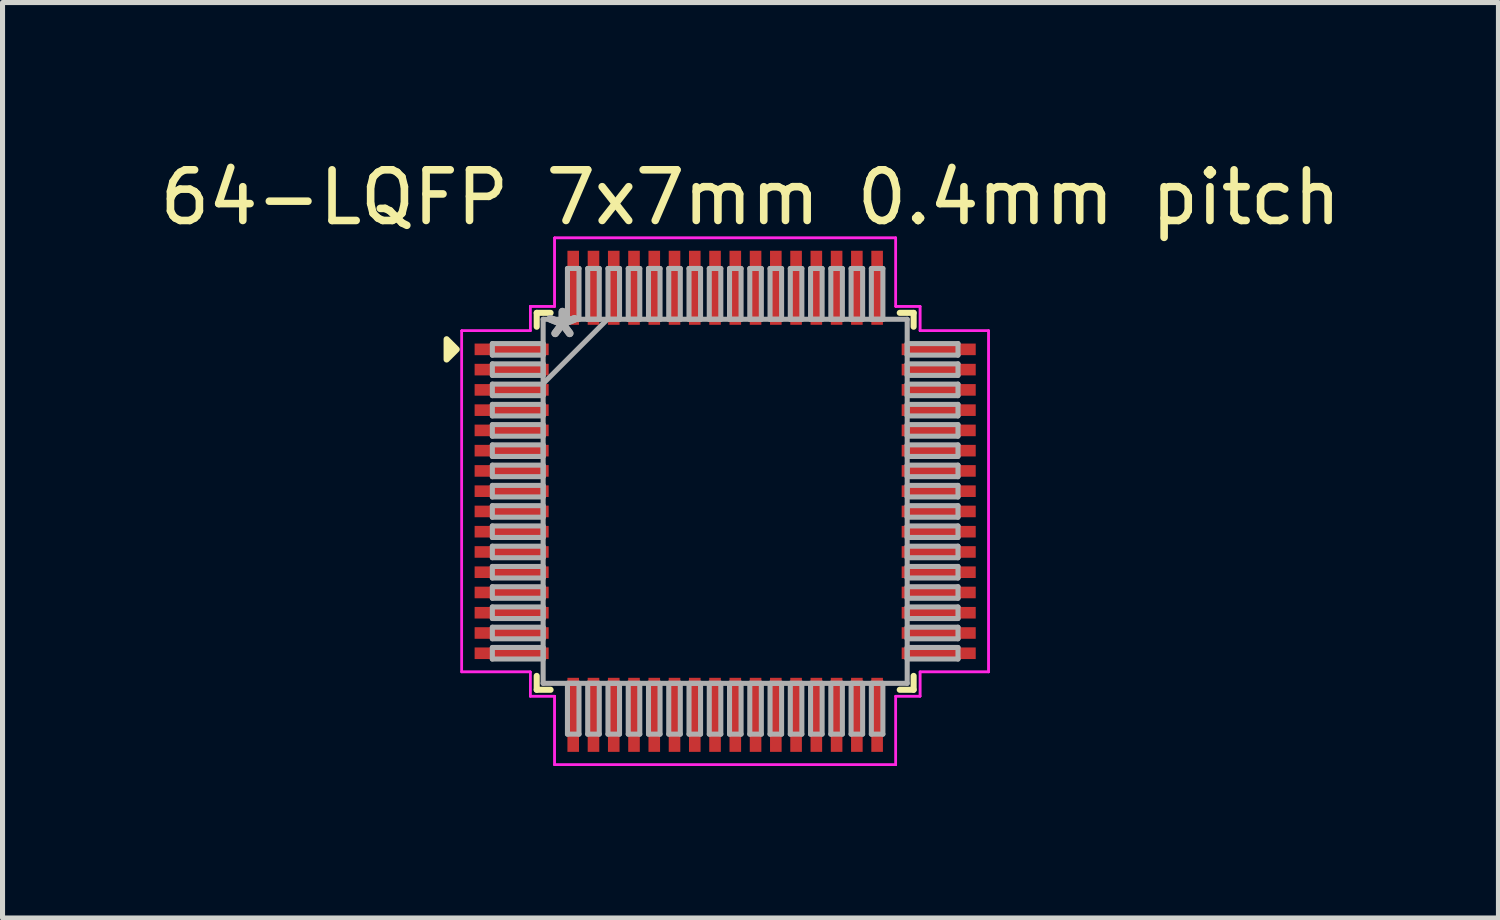
<source format=kicad_pcb>
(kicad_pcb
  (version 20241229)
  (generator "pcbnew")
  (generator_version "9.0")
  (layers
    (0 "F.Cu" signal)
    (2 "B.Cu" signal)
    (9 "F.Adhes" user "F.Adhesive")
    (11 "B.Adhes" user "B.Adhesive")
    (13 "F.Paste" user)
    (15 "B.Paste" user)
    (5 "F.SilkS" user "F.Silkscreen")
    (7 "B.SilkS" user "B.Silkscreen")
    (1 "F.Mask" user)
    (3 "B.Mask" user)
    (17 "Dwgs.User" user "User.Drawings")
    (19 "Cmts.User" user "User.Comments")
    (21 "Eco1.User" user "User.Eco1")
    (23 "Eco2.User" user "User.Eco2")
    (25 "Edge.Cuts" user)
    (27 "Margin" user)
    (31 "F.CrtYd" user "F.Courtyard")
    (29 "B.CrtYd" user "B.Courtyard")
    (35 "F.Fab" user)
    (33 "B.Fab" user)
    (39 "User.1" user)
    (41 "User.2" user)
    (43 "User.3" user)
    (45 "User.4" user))
  (footprint "64-LQFP 7x7mm 0.4mm pitch"
    (layer "F.Cu")
    (at 11.268 6.848)
    (property "Reference" "64-LQFP 7x7mm 0.4mm pitch" (at 0.5 -6 0) (layer "F.SilkS") (effects (font (size 1 1) (thickness 0.15))))
    (attr through_hole)
    (fp_line (start -3.721 -3.721) (end -3.721 -3.447) (stroke (width 0.12) (type solid)) (layer "F.SilkS"))
    (fp_line (start -3.721 3.447) (end -3.721 3.721) (stroke (width 0.12) (type solid)) (layer "F.SilkS"))
    (fp_line (start -3.721 3.721) (end -3.447 3.721) (stroke (width 0.12) (type solid)) (layer "F.SilkS"))
    (fp_line (start -3.447 -3.721) (end -3.721 -3.721) (stroke (width 0.12) (type solid)) (layer "F.SilkS"))
    (fp_line (start 3.447 3.721) (end 3.721 3.721) (stroke (width 0.12) (type solid)) (layer "F.SilkS"))
    (fp_line (start 3.721 -3.721) (end 3.447 -3.721) (stroke (width 0.12) (type solid)) (layer "F.SilkS"))
    (fp_line (start 3.721 -3.447) (end 3.721 -3.721) (stroke (width 0.12) (type solid)) (layer "F.SilkS"))
    (fp_line (start 3.721 3.721) (end 3.721 3.447) (stroke (width 0.12) (type solid)) (layer "F.SilkS"))
    (fp_poly (pts (xy -5.3 -3) (xy -5.5 -2.8) (xy -5.5 -3.2)) (stroke (width 0.12) (type solid)) (fill yes) (layer "F.SilkS"))
    (fp_line (start -5.201 -3.368) (end -3.848 -3.368) (stroke (width 0.05) (type solid)) (layer "F.CrtYd"))
    (fp_line (start -5.201 -3.368) (end -3.848 -3.368) (stroke (width 0.05) (type solid)) (layer "F.CrtYd"))
    (fp_line (start -5.201 3.368) (end -5.201 -3.368) (stroke (width 0.05) (type solid)) (layer "F.CrtYd"))
    (fp_line (start -5.201 3.368) (end -5.201 -3.368) (stroke (width 0.05) (type solid)) (layer "F.CrtYd"))
    (fp_line (start -3.848 -3.848) (end -3.368 -3.848) (stroke (width 0.05) (type solid)) (layer "F.CrtYd"))
    (fp_line (start -3.848 -3.848) (end -3.368 -3.848) (stroke (width 0.05) (type solid)) (layer "F.CrtYd"))
    (fp_line (start -3.848 -3.368) (end -3.848 -3.848) (stroke (width 0.05) (type solid)) (layer "F.CrtYd"))
    (fp_line (start -3.848 -3.368) (end -3.848 -3.848) (stroke (width 0.05) (type solid)) (layer "F.CrtYd"))
    (fp_line (start -3.848 3.368) (end -5.201 3.368) (stroke (width 0.05) (type solid)) (layer "F.CrtYd"))
    (fp_line (start -3.848 3.368) (end -5.201 3.368) (stroke (width 0.05) (type solid)) (layer "F.CrtYd"))
    (fp_line (start -3.848 3.848) (end -3.848 3.368) (stroke (width 0.05) (type solid)) (layer "F.CrtYd"))
    (fp_line (start -3.848 3.848) (end -3.848 3.368) (stroke (width 0.05) (type solid)) (layer "F.CrtYd"))
    (fp_line (start -3.848 3.848) (end -3.368 3.848) (stroke (width 0.05) (type solid)) (layer "F.CrtYd"))
    (fp_line (start -3.368 -5.201) (end 3.368 -5.201) (stroke (width 0.05) (type solid)) (layer "F.CrtYd"))
    (fp_line (start -3.368 -5.201) (end 3.368 -5.201) (stroke (width 0.05) (type solid)) (layer "F.CrtYd"))
    (fp_line (start -3.368 -3.848) (end -3.368 -5.201) (stroke (width 0.05) (type solid)) (layer "F.CrtYd"))
    (fp_line (start -3.368 -3.848) (end -3.368 -5.201) (stroke (width 0.05) (type solid)) (layer "F.CrtYd"))
    (fp_line (start -3.368 3.848) (end -3.848 3.848) (stroke (width 0.05) (type solid)) (layer "F.CrtYd"))
    (fp_line (start -3.368 3.848) (end -3.368 5.201) (stroke (width 0.05) (type solid)) (layer "F.CrtYd"))
    (fp_line (start -3.368 5.201) (end -3.368 3.848) (stroke (width 0.05) (type solid)) (layer "F.CrtYd"))
    (fp_line (start -3.368 5.201) (end 3.368 5.201) (stroke (width 0.05) (type solid)) (layer "F.CrtYd"))
    (fp_line (start 3.368 -5.201) (end 3.368 -3.848) (stroke (width 0.05) (type solid)) (layer "F.CrtYd"))
    (fp_line (start 3.368 -5.201) (end 3.368 -3.848) (stroke (width 0.05) (type solid)) (layer "F.CrtYd"))
    (fp_line (start 3.368 -3.848) (end 3.848 -3.848) (stroke (width 0.05) (type solid)) (layer "F.CrtYd"))
    (fp_line (start 3.368 -3.848) (end 3.848 -3.848) (stroke (width 0.05) (type solid)) (layer "F.CrtYd"))
    (fp_line (start 3.368 3.848) (end 3.368 5.201) (stroke (width 0.05) (type solid)) (layer "F.CrtYd"))
    (fp_line (start 3.368 3.848) (end 3.848 3.848) (stroke (width 0.05) (type solid)) (layer "F.CrtYd"))
    (fp_line (start 3.368 5.201) (end -3.368 5.201) (stroke (width 0.05) (type solid)) (layer "F.CrtYd"))
    (fp_line (start 3.368 5.201) (end 3.368 3.848) (stroke (width 0.05) (type solid)) (layer "F.CrtYd"))
    (fp_line (start 3.848 -3.848) (end 3.848 -3.368) (stroke (width 0.05) (type solid)) (layer "F.CrtYd"))
    (fp_line (start 3.848 -3.368) (end 3.848 -3.848) (stroke (width 0.05) (type solid)) (layer "F.CrtYd"))
    (fp_line (start 3.848 -3.368) (end 5.201 -3.368) (stroke (width 0.05) (type solid)) (layer "F.CrtYd"))
    (fp_line (start 3.848 3.368) (end 3.848 3.848) (stroke (width 0.05) (type solid)) (layer "F.CrtYd"))
    (fp_line (start 3.848 3.368) (end 5.201 3.368) (stroke (width 0.05) (type solid)) (layer "F.CrtYd"))
    (fp_line (start 3.848 3.848) (end 3.368 3.848) (stroke (width 0.05) (type solid)) (layer "F.CrtYd"))
    (fp_line (start 3.848 3.848) (end 3.848 3.368) (stroke (width 0.05) (type solid)) (layer "F.CrtYd"))
    (fp_line (start 5.201 -3.368) (end 3.848 -3.368) (stroke (width 0.05) (type solid)) (layer "F.CrtYd"))
    (fp_line (start 5.201 -3.368) (end 5.201 3.368) (stroke (width 0.05) (type solid)) (layer "F.CrtYd"))
    (fp_line (start 5.201 3.368) (end 3.848 3.368) (stroke (width 0.05) (type solid)) (layer "F.CrtYd"))
    (fp_line (start 5.201 3.368) (end 5.201 -3.368) (stroke (width 0.05) (type solid)) (layer "F.CrtYd"))
    (fp_line (start -4.597 -3.114) (end -4.597 -2.886) (stroke (width 0.1) (type solid)) (layer "F.Fab"))
    (fp_line (start -4.597 -2.886) (end -3.594 -2.886) (stroke (width 0.1) (type solid)) (layer "F.Fab"))
    (fp_line (start -4.597 -2.714) (end -4.597 -2.486) (stroke (width 0.1) (type solid)) (layer "F.Fab"))
    (fp_line (start -4.597 -2.486) (end -3.594 -2.486) (stroke (width 0.1) (type solid)) (layer "F.Fab"))
    (fp_line (start -4.597 -2.314) (end -4.597 -2.086) (stroke (width 0.1) (type solid)) (layer "F.Fab"))
    (fp_line (start -4.597 -2.086) (end -3.594 -2.086) (stroke (width 0.1) (type solid)) (layer "F.Fab"))
    (fp_line (start -4.597 -1.914) (end -4.597 -1.686) (stroke (width 0.1) (type solid)) (layer "F.Fab"))
    (fp_line (start -4.597 -1.686) (end -3.594 -1.686) (stroke (width 0.1) (type solid)) (layer "F.Fab"))
    (fp_line (start -4.597 -1.514) (end -4.597 -1.286) (stroke (width 0.1) (type solid)) (layer "F.Fab"))
    (fp_line (start -4.597 -1.286) (end -3.594 -1.286) (stroke (width 0.1) (type solid)) (layer "F.Fab"))
    (fp_line (start -4.597 -1.114) (end -4.597 -0.886) (stroke (width 0.1) (type solid)) (layer "F.Fab"))
    (fp_line (start -4.597 -0.886) (end -3.594 -0.886) (stroke (width 0.1) (type solid)) (layer "F.Fab"))
    (fp_line (start -4.597 -0.714) (end -4.597 -0.486) (stroke (width 0.1) (type solid)) (layer "F.Fab"))
    (fp_line (start -4.597 -0.486) (end -3.594 -0.486) (stroke (width 0.1) (type solid)) (layer "F.Fab"))
    (fp_line (start -4.597 -0.314) (end -4.597 -0.086) (stroke (width 0.1) (type solid)) (layer "F.Fab"))
    (fp_line (start -4.597 -0.086) (end -3.594 -0.086) (stroke (width 0.1) (type solid)) (layer "F.Fab"))
    (fp_line (start -4.597 0.086) (end -4.597 0.314) (stroke (width 0.1) (type solid)) (layer "F.Fab"))
    (fp_line (start -4.597 0.314) (end -3.594 0.314) (stroke (width 0.1) (type solid)) (layer "F.Fab"))
    (fp_line (start -4.597 0.486) (end -4.597 0.714) (stroke (width 0.1) (type solid)) (layer "F.Fab"))
    (fp_line (start -4.597 0.714) (end -3.594 0.714) (stroke (width 0.1) (type solid)) (layer "F.Fab"))
    (fp_line (start -4.597 0.886) (end -4.597 1.114) (stroke (width 0.1) (type solid)) (layer "F.Fab"))
    (fp_line (start -4.597 1.114) (end -3.594 1.114) (stroke (width 0.1) (type solid)) (layer "F.Fab"))
    (fp_line (start -4.597 1.286) (end -4.597 1.514) (stroke (width 0.1) (type solid)) (layer "F.Fab"))
    (fp_line (start -4.597 1.514) (end -3.594 1.514) (stroke (width 0.1) (type solid)) (layer "F.Fab"))
    (fp_line (start -4.597 1.686) (end -4.597 1.914) (stroke (width 0.1) (type solid)) (layer "F.Fab"))
    (fp_line (start -4.597 1.914) (end -3.594 1.914) (stroke (width 0.1) (type solid)) (layer "F.Fab"))
    (fp_line (start -4.597 2.086) (end -4.597 2.314) (stroke (width 0.1) (type solid)) (layer "F.Fab"))
    (fp_line (start -4.597 2.314) (end -3.594 2.314) (stroke (width 0.1) (type solid)) (layer "F.Fab"))
    (fp_line (start -4.597 2.486) (end -4.597 2.714) (stroke (width 0.1) (type solid)) (layer "F.Fab"))
    (fp_line (start -4.597 2.714) (end -3.594 2.714) (stroke (width 0.1) (type solid)) (layer "F.Fab"))
    (fp_line (start -4.597 2.886) (end -4.597 3.114) (stroke (width 0.1) (type solid)) (layer "F.Fab"))
    (fp_line (start -4.597 3.114) (end -3.594 3.114) (stroke (width 0.1) (type solid)) (layer "F.Fab"))
    (fp_line (start -3.594 -3.594) (end -3.594 3.594) (stroke (width 0.1) (type solid)) (layer "F.Fab"))
    (fp_line (start -3.594 -3.114) (end -4.597 -3.114) (stroke (width 0.1) (type solid)) (layer "F.Fab"))
    (fp_line (start -3.594 -2.886) (end -3.594 -3.114) (stroke (width 0.1) (type solid)) (layer "F.Fab"))
    (fp_line (start -3.594 -2.714) (end -4.597 -2.714) (stroke (width 0.1) (type solid)) (layer "F.Fab"))
    (fp_line (start -3.594 -2.486) (end -3.594 -2.714) (stroke (width 0.1) (type solid)) (layer "F.Fab"))
    (fp_line (start -3.594 -2.324) (end -2.324 -3.594) (stroke (width 0.1) (type solid)) (layer "F.Fab"))
    (fp_line (start -3.594 -2.314) (end -4.597 -2.314) (stroke (width 0.1) (type solid)) (layer "F.Fab"))
    (fp_line (start -3.594 -2.086) (end -3.594 -2.314) (stroke (width 0.1) (type solid)) (layer "F.Fab"))
    (fp_line (start -3.594 -1.914) (end -4.597 -1.914) (stroke (width 0.1) (type solid)) (layer "F.Fab"))
    (fp_line (start -3.594 -1.686) (end -3.594 -1.914) (stroke (width 0.1) (type solid)) (layer "F.Fab"))
    (fp_line (start -3.594 -1.514) (end -4.597 -1.514) (stroke (width 0.1) (type solid)) (layer "F.Fab"))
    (fp_line (start -3.594 -1.286) (end -3.594 -1.514) (stroke (width 0.1) (type solid)) (layer "F.Fab"))
    (fp_line (start -3.594 -1.114) (end -4.597 -1.114) (stroke (width 0.1) (type solid)) (layer "F.Fab"))
    (fp_line (start -3.594 -0.886) (end -3.594 -1.114) (stroke (width 0.1) (type solid)) (layer "F.Fab"))
    (fp_line (start -3.594 -0.714) (end -4.597 -0.714) (stroke (width 0.1) (type solid)) (layer "F.Fab"))
    (fp_line (start -3.594 -0.486) (end -3.594 -0.714) (stroke (width 0.1) (type solid)) (layer "F.Fab"))
    (fp_line (start -3.594 -0.314) (end -4.597 -0.314) (stroke (width 0.1) (type solid)) (layer "F.Fab"))
    (fp_line (start -3.594 -0.086) (end -3.594 -0.314) (stroke (width 0.1) (type solid)) (layer "F.Fab"))
    (fp_line (start -3.594 0.086) (end -4.597 0.086) (stroke (width 0.1) (type solid)) (layer "F.Fab"))
    (fp_line (start -3.594 0.314) (end -3.594 0.086) (stroke (width 0.1) (type solid)) (layer "F.Fab"))
    (fp_line (start -3.594 0.486) (end -4.597 0.486) (stroke (width 0.1) (type solid)) (layer "F.Fab"))
    (fp_line (start -3.594 0.714) (end -3.594 0.486) (stroke (width 0.1) (type solid)) (layer "F.Fab"))
    (fp_line (start -3.594 0.886) (end -4.597 0.886) (stroke (width 0.1) (type solid)) (layer "F.Fab"))
    (fp_line (start -3.594 1.114) (end -3.594 0.886) (stroke (width 0.1) (type solid)) (layer "F.Fab"))
    (fp_line (start -3.594 1.286) (end -4.597 1.286) (stroke (width 0.1) (type solid)) (layer "F.Fab"))
    (fp_line (start -3.594 1.514) (end -3.594 1.286) (stroke (width 0.1) (type solid)) (layer "F.Fab"))
    (fp_line (start -3.594 1.686) (end -4.597 1.686) (stroke (width 0.1) (type solid)) (layer "F.Fab"))
    (fp_line (start -3.594 1.914) (end -3.594 1.686) (stroke (width 0.1) (type solid)) (layer "F.Fab"))
    (fp_line (start -3.594 2.086) (end -4.597 2.086) (stroke (width 0.1) (type solid)) (layer "F.Fab"))
    (fp_line (start -3.594 2.314) (end -3.594 2.086) (stroke (width 0.1) (type solid)) (layer "F.Fab"))
    (fp_line (start -3.594 2.486) (end -4.597 2.486) (stroke (width 0.1) (type solid)) (layer "F.Fab"))
    (fp_line (start -3.594 2.714) (end -3.594 2.486) (stroke (width 0.1) (type solid)) (layer "F.Fab"))
    (fp_line (start -3.594 2.886) (end -4.597 2.886) (stroke (width 0.1) (type solid)) (layer "F.Fab"))
    (fp_line (start -3.594 3.114) (end -3.594 2.886) (stroke (width 0.1) (type solid)) (layer "F.Fab"))
    (fp_line (start -3.594 3.594) (end 3.594 3.594) (stroke (width 0.1) (type solid)) (layer "F.Fab"))
    (fp_line (start -3.114 -4.597) (end -3.114 -3.594) (stroke (width 0.1) (type solid)) (layer "F.Fab"))
    (fp_line (start -3.114 -3.594) (end -2.886 -3.594) (stroke (width 0.1) (type solid)) (layer "F.Fab"))
    (fp_line (start -3.114 3.594) (end -3.114 4.597) (stroke (width 0.1) (type solid)) (layer "F.Fab"))
    (fp_line (start -3.114 4.597) (end -2.886 4.597) (stroke (width 0.1) (type solid)) (layer "F.Fab"))
    (fp_line (start -2.886 -4.597) (end -3.114 -4.597) (stroke (width 0.1) (type solid)) (layer "F.Fab"))
    (fp_line (start -2.886 -3.594) (end -2.886 -4.597) (stroke (width 0.1) (type solid)) (layer "F.Fab"))
    (fp_line (start -2.886 3.594) (end -3.114 3.594) (stroke (width 0.1) (type solid)) (layer "F.Fab"))
    (fp_line (start -2.886 4.597) (end -2.886 3.594) (stroke (width 0.1) (type solid)) (layer "F.Fab"))
    (fp_line (start -2.714 -4.597) (end -2.714 -3.594) (stroke (width 0.1) (type solid)) (layer "F.Fab"))
    (fp_line (start -2.714 -3.594) (end -2.486 -3.594) (stroke (width 0.1) (type solid)) (layer "F.Fab"))
    (fp_line (start -2.714 3.594) (end -2.714 4.597) (stroke (width 0.1) (type solid)) (layer "F.Fab"))
    (fp_line (start -2.714 4.597) (end -2.486 4.597) (stroke (width 0.1) (type solid)) (layer "F.Fab"))
    (fp_line (start -2.486 -4.597) (end -2.714 -4.597) (stroke (width 0.1) (type solid)) (layer "F.Fab"))
    (fp_line (start -2.486 -3.594) (end -2.486 -4.597) (stroke (width 0.1) (type solid)) (layer "F.Fab"))
    (fp_line (start -2.486 3.594) (end -2.714 3.594) (stroke (width 0.1) (type solid)) (layer "F.Fab"))
    (fp_line (start -2.486 4.597) (end -2.486 3.594) (stroke (width 0.1) (type solid)) (layer "F.Fab"))
    (fp_line (start -2.314 -4.597) (end -2.314 -3.594) (stroke (width 0.1) (type solid)) (layer "F.Fab"))
    (fp_line (start -2.314 -3.594) (end -2.086 -3.594) (stroke (width 0.1) (type solid)) (layer "F.Fab"))
    (fp_line (start -2.314 3.594) (end -2.314 4.597) (stroke (width 0.1) (type solid)) (layer "F.Fab"))
    (fp_line (start -2.314 4.597) (end -2.086 4.597) (stroke (width 0.1) (type solid)) (layer "F.Fab"))
    (fp_line (start -2.086 -4.597) (end -2.314 -4.597) (stroke (width 0.1) (type solid)) (layer "F.Fab"))
    (fp_line (start -2.086 -3.594) (end -2.086 -4.597) (stroke (width 0.1) (type solid)) (layer "F.Fab"))
    (fp_line (start -2.086 3.594) (end -2.314 3.594) (stroke (width 0.1) (type solid)) (layer "F.Fab"))
    (fp_line (start -2.086 4.597) (end -2.086 3.594) (stroke (width 0.1) (type solid)) (layer "F.Fab"))
    (fp_line (start -1.914 -4.597) (end -1.914 -3.594) (stroke (width 0.1) (type solid)) (layer "F.Fab"))
    (fp_line (start -1.914 -3.594) (end -1.686 -3.594) (stroke (width 0.1) (type solid)) (layer "F.Fab"))
    (fp_line (start -1.914 3.594) (end -1.914 4.597) (stroke (width 0.1) (type solid)) (layer "F.Fab"))
    (fp_line (start -1.914 4.597) (end -1.686 4.597) (stroke (width 0.1) (type solid)) (layer "F.Fab"))
    (fp_line (start -1.686 -4.597) (end -1.914 -4.597) (stroke (width 0.1) (type solid)) (layer "F.Fab"))
    (fp_line (start -1.686 -3.594) (end -1.686 -4.597) (stroke (width 0.1) (type solid)) (layer "F.Fab"))
    (fp_line (start -1.686 3.594) (end -1.914 3.594) (stroke (width 0.1) (type solid)) (layer "F.Fab"))
    (fp_line (start -1.686 4.597) (end -1.686 3.594) (stroke (width 0.1) (type solid)) (layer "F.Fab"))
    (fp_line (start -1.514 -4.597) (end -1.514 -3.594) (stroke (width 0.1) (type solid)) (layer "F.Fab"))
    (fp_line (start -1.514 -3.594) (end -1.286 -3.594) (stroke (width 0.1) (type solid)) (layer "F.Fab"))
    (fp_line (start -1.514 3.594) (end -1.514 4.597) (stroke (width 0.1) (type solid)) (layer "F.Fab"))
    (fp_line (start -1.514 4.597) (end -1.286 4.597) (stroke (width 0.1) (type solid)) (layer "F.Fab"))
    (fp_line (start -1.286 -4.597) (end -1.514 -4.597) (stroke (width 0.1) (type solid)) (layer "F.Fab"))
    (fp_line (start -1.286 -3.594) (end -1.286 -4.597) (stroke (width 0.1) (type solid)) (layer "F.Fab"))
    (fp_line (start -1.286 3.594) (end -1.514 3.594) (stroke (width 0.1) (type solid)) (layer "F.Fab"))
    (fp_line (start -1.286 4.597) (end -1.286 3.594) (stroke (width 0.1) (type solid)) (layer "F.Fab"))
    (fp_line (start -1.114 -4.597) (end -1.114 -3.594) (stroke (width 0.1) (type solid)) (layer "F.Fab"))
    (fp_line (start -1.114 -3.594) (end -0.886 -3.594) (stroke (width 0.1) (type solid)) (layer "F.Fab"))
    (fp_line (start -1.114 3.594) (end -1.114 4.597) (stroke (width 0.1) (type solid)) (layer "F.Fab"))
    (fp_line (start -1.114 4.597) (end -0.886 4.597) (stroke (width 0.1) (type solid)) (layer "F.Fab"))
    (fp_line (start -0.886 -4.597) (end -1.114 -4.597) (stroke (width 0.1) (type solid)) (layer "F.Fab"))
    (fp_line (start -0.886 -3.594) (end -0.886 -4.597) (stroke (width 0.1) (type solid)) (layer "F.Fab"))
    (fp_line (start -0.886 3.594) (end -1.114 3.594) (stroke (width 0.1) (type solid)) (layer "F.Fab"))
    (fp_line (start -0.886 4.597) (end -0.886 3.594) (stroke (width 0.1) (type solid)) (layer "F.Fab"))
    (fp_line (start -0.714 -4.597) (end -0.714 -3.594) (stroke (width 0.1) (type solid)) (layer "F.Fab"))
    (fp_line (start -0.714 -3.594) (end -0.486 -3.594) (stroke (width 0.1) (type solid)) (layer "F.Fab"))
    (fp_line (start -0.714 3.594) (end -0.714 4.597) (stroke (width 0.1) (type solid)) (layer "F.Fab"))
    (fp_line (start -0.714 4.597) (end -0.486 4.597) (stroke (width 0.1) (type solid)) (layer "F.Fab"))
    (fp_line (start -0.486 -4.597) (end -0.714 -4.597) (stroke (width 0.1) (type solid)) (layer "F.Fab"))
    (fp_line (start -0.486 -3.594) (end -0.486 -4.597) (stroke (width 0.1) (type solid)) (layer "F.Fab"))
    (fp_line (start -0.486 3.594) (end -0.714 3.594) (stroke (width 0.1) (type solid)) (layer "F.Fab"))
    (fp_line (start -0.486 4.597) (end -0.486 3.594) (stroke (width 0.1) (type solid)) (layer "F.Fab"))
    (fp_line (start -0.314 -4.597) (end -0.314 -3.594) (stroke (width 0.1) (type solid)) (layer "F.Fab"))
    (fp_line (start -0.314 -3.594) (end -0.086 -3.594) (stroke (width 0.1) (type solid)) (layer "F.Fab"))
    (fp_line (start -0.314 3.594) (end -0.314 4.597) (stroke (width 0.1) (type solid)) (layer "F.Fab"))
    (fp_line (start -0.314 4.597) (end -0.086 4.597) (stroke (width 0.1) (type solid)) (layer "F.Fab"))
    (fp_line (start -0.086 -4.597) (end -0.314 -4.597) (stroke (width 0.1) (type solid)) (layer "F.Fab"))
    (fp_line (start -0.086 -3.594) (end -0.086 -4.597) (stroke (width 0.1) (type solid)) (layer "F.Fab"))
    (fp_line (start -0.086 3.594) (end -0.314 3.594) (stroke (width 0.1) (type solid)) (layer "F.Fab"))
    (fp_line (start -0.086 4.597) (end -0.086 3.594) (stroke (width 0.1) (type solid)) (layer "F.Fab"))
    (fp_line (start 0.086 -4.597) (end 0.086 -3.594) (stroke (width 0.1) (type solid)) (layer "F.Fab"))
    (fp_line (start 0.086 -3.594) (end 0.314 -3.594) (stroke (width 0.1) (type solid)) (layer "F.Fab"))
    (fp_line (start 0.086 3.594) (end 0.086 4.597) (stroke (width 0.1) (type solid)) (layer "F.Fab"))
    (fp_line (start 0.086 4.597) (end 0.314 4.597) (stroke (width 0.1) (type solid)) (layer "F.Fab"))
    (fp_line (start 0.314 -4.597) (end 0.086 -4.597) (stroke (width 0.1) (type solid)) (layer "F.Fab"))
    (fp_line (start 0.314 -3.594) (end 0.314 -4.597) (stroke (width 0.1) (type solid)) (layer "F.Fab"))
    (fp_line (start 0.314 3.594) (end 0.086 3.594) (stroke (width 0.1) (type solid)) (layer "F.Fab"))
    (fp_line (start 0.314 4.597) (end 0.314 3.594) (stroke (width 0.1) (type solid)) (layer "F.Fab"))
    (fp_line (start 0.486 -4.597) (end 0.486 -3.594) (stroke (width 0.1) (type solid)) (layer "F.Fab"))
    (fp_line (start 0.486 -3.594) (end 0.714 -3.594) (stroke (width 0.1) (type solid)) (layer "F.Fab"))
    (fp_line (start 0.486 3.594) (end 0.486 4.597) (stroke (width 0.1) (type solid)) (layer "F.Fab"))
    (fp_line (start 0.486 4.597) (end 0.714 4.597) (stroke (width 0.1) (type solid)) (layer "F.Fab"))
    (fp_line (start 0.714 -4.597) (end 0.486 -4.597) (stroke (width 0.1) (type solid)) (layer "F.Fab"))
    (fp_line (start 0.714 -3.594) (end 0.714 -4.597) (stroke (width 0.1) (type solid)) (layer "F.Fab"))
    (fp_line (start 0.714 3.594) (end 0.486 3.594) (stroke (width 0.1) (type solid)) (layer "F.Fab"))
    (fp_line (start 0.714 4.597) (end 0.714 3.594) (stroke (width 0.1) (type solid)) (layer "F.Fab"))
    (fp_line (start 0.886 -4.597) (end 0.886 -3.594) (stroke (width 0.1) (type solid)) (layer "F.Fab"))
    (fp_line (start 0.886 -3.594) (end 1.114 -3.594) (stroke (width 0.1) (type solid)) (layer "F.Fab"))
    (fp_line (start 0.886 3.594) (end 0.886 4.597) (stroke (width 0.1) (type solid)) (layer "F.Fab"))
    (fp_line (start 0.886 4.597) (end 1.114 4.597) (stroke (width 0.1) (type solid)) (layer "F.Fab"))
    (fp_line (start 1.114 -4.597) (end 0.886 -4.597) (stroke (width 0.1) (type solid)) (layer "F.Fab"))
    (fp_line (start 1.114 -3.594) (end 1.114 -4.597) (stroke (width 0.1) (type solid)) (layer "F.Fab"))
    (fp_line (start 1.114 3.594) (end 0.886 3.594) (stroke (width 0.1) (type solid)) (layer "F.Fab"))
    (fp_line (start 1.114 4.597) (end 1.114 3.594) (stroke (width 0.1) (type solid)) (layer "F.Fab"))
    (fp_line (start 1.286 -4.597) (end 1.286 -3.594) (stroke (width 0.1) (type solid)) (layer "F.Fab"))
    (fp_line (start 1.286 -3.594) (end 1.514 -3.594) (stroke (width 0.1) (type solid)) (layer "F.Fab"))
    (fp_line (start 1.286 3.594) (end 1.286 4.597) (stroke (width 0.1) (type solid)) (layer "F.Fab"))
    (fp_line (start 1.286 4.597) (end 1.514 4.597) (stroke (width 0.1) (type solid)) (layer "F.Fab"))
    (fp_line (start 1.514 -4.597) (end 1.286 -4.597) (stroke (width 0.1) (type solid)) (layer "F.Fab"))
    (fp_line (start 1.514 -3.594) (end 1.514 -4.597) (stroke (width 0.1) (type solid)) (layer "F.Fab"))
    (fp_line (start 1.514 3.594) (end 1.286 3.594) (stroke (width 0.1) (type solid)) (layer "F.Fab"))
    (fp_line (start 1.514 4.597) (end 1.514 3.594) (stroke (width 0.1) (type solid)) (layer "F.Fab"))
    (fp_line (start 1.686 -4.597) (end 1.686 -3.594) (stroke (width 0.1) (type solid)) (layer "F.Fab"))
    (fp_line (start 1.686 -3.594) (end 1.914 -3.594) (stroke (width 0.1) (type solid)) (layer "F.Fab"))
    (fp_line (start 1.686 3.594) (end 1.686 4.597) (stroke (width 0.1) (type solid)) (layer "F.Fab"))
    (fp_line (start 1.686 4.597) (end 1.914 4.597) (stroke (width 0.1) (type solid)) (layer "F.Fab"))
    (fp_line (start 1.914 -4.597) (end 1.686 -4.597) (stroke (width 0.1) (type solid)) (layer "F.Fab"))
    (fp_line (start 1.914 -3.594) (end 1.914 -4.597) (stroke (width 0.1) (type solid)) (layer "F.Fab"))
    (fp_line (start 1.914 3.594) (end 1.686 3.594) (stroke (width 0.1) (type solid)) (layer "F.Fab"))
    (fp_line (start 1.914 4.597) (end 1.914 3.594) (stroke (width 0.1) (type solid)) (layer "F.Fab"))
    (fp_line (start 2.086 -4.597) (end 2.086 -3.594) (stroke (width 0.1) (type solid)) (layer "F.Fab"))
    (fp_line (start 2.086 -3.594) (end 2.314 -3.594) (stroke (width 0.1) (type solid)) (layer "F.Fab"))
    (fp_line (start 2.086 3.594) (end 2.086 4.597) (stroke (width 0.1) (type solid)) (layer "F.Fab"))
    (fp_line (start 2.086 4.597) (end 2.314 4.597) (stroke (width 0.1) (type solid)) (layer "F.Fab"))
    (fp_line (start 2.314 -4.597) (end 2.086 -4.597) (stroke (width 0.1) (type solid)) (layer "F.Fab"))
    (fp_line (start 2.314 -3.594) (end 2.314 -4.597) (stroke (width 0.1) (type solid)) (layer "F.Fab"))
    (fp_line (start 2.314 3.594) (end 2.086 3.594) (stroke (width 0.1) (type solid)) (layer "F.Fab"))
    (fp_line (start 2.314 4.597) (end 2.314 3.594) (stroke (width 0.1) (type solid)) (layer "F.Fab"))
    (fp_line (start 2.486 -4.597) (end 2.486 -3.594) (stroke (width 0.1) (type solid)) (layer "F.Fab"))
    (fp_line (start 2.486 -3.594) (end 2.714 -3.594) (stroke (width 0.1) (type solid)) (layer "F.Fab"))
    (fp_line (start 2.486 3.594) (end 2.486 4.597) (stroke (width 0.1) (type solid)) (layer "F.Fab"))
    (fp_line (start 2.486 4.597) (end 2.714 4.597) (stroke (width 0.1) (type solid)) (layer "F.Fab"))
    (fp_line (start 2.714 -4.597) (end 2.486 -4.597) (stroke (width 0.1) (type solid)) (layer "F.Fab"))
    (fp_line (start 2.714 -3.594) (end 2.714 -4.597) (stroke (width 0.1) (type solid)) (layer "F.Fab"))
    (fp_line (start 2.714 3.594) (end 2.486 3.594) (stroke (width 0.1) (type solid)) (layer "F.Fab"))
    (fp_line (start 2.714 4.597) (end 2.714 3.594) (stroke (width 0.1) (type solid)) (layer "F.Fab"))
    (fp_line (start 2.886 -4.597) (end 2.886 -3.594) (stroke (width 0.1) (type solid)) (layer "F.Fab"))
    (fp_line (start 2.886 -3.594) (end 3.114 -3.594) (stroke (width 0.1) (type solid)) (layer "F.Fab"))
    (fp_line (start 2.886 3.594) (end 2.886 4.597) (stroke (width 0.1) (type solid)) (layer "F.Fab"))
    (fp_line (start 2.886 4.597) (end 3.114 4.597) (stroke (width 0.1) (type solid)) (layer "F.Fab"))
    (fp_line (start 3.114 -4.597) (end 2.886 -4.597) (stroke (width 0.1) (type solid)) (layer "F.Fab"))
    (fp_line (start 3.114 -3.594) (end 3.114 -4.597) (stroke (width 0.1) (type solid)) (layer "F.Fab"))
    (fp_line (start 3.114 3.594) (end 2.886 3.594) (stroke (width 0.1) (type solid)) (layer "F.Fab"))
    (fp_line (start 3.114 4.597) (end 3.114 3.594) (stroke (width 0.1) (type solid)) (layer "F.Fab"))
    (fp_line (start 3.594 -3.594) (end -3.594 -3.594) (stroke (width 0.1) (type solid)) (layer "F.Fab"))
    (fp_line (start 3.594 -3.114) (end 3.594 -2.886) (stroke (width 0.1) (type solid)) (layer "F.Fab"))
    (fp_line (start 3.594 -2.886) (end 4.597 -2.886) (stroke (width 0.1) (type solid)) (layer "F.Fab"))
    (fp_line (start 3.594 -2.714) (end 3.594 -2.486) (stroke (width 0.1) (type solid)) (layer "F.Fab"))
    (fp_line (start 3.594 -2.486) (end 4.597 -2.486) (stroke (width 0.1) (type solid)) (layer "F.Fab"))
    (fp_line (start 3.594 -2.314) (end 3.594 -2.086) (stroke (width 0.1) (type solid)) (layer "F.Fab"))
    (fp_line (start 3.594 -2.086) (end 4.597 -2.086) (stroke (width 0.1) (type solid)) (layer "F.Fab"))
    (fp_line (start 3.594 -1.914) (end 3.594 -1.686) (stroke (width 0.1) (type solid)) (layer "F.Fab"))
    (fp_line (start 3.594 -1.686) (end 4.597 -1.686) (stroke (width 0.1) (type solid)) (layer "F.Fab"))
    (fp_line (start 3.594 -1.514) (end 3.594 -1.286) (stroke (width 0.1) (type solid)) (layer "F.Fab"))
    (fp_line (start 3.594 -1.286) (end 4.597 -1.286) (stroke (width 0.1) (type solid)) (layer "F.Fab"))
    (fp_line (start 3.594 -1.114) (end 3.594 -0.886) (stroke (width 0.1) (type solid)) (layer "F.Fab"))
    (fp_line (start 3.594 -0.886) (end 4.597 -0.886) (stroke (width 0.1) (type solid)) (layer "F.Fab"))
    (fp_line (start 3.594 -0.714) (end 3.594 -0.486) (stroke (width 0.1) (type solid)) (layer "F.Fab"))
    (fp_line (start 3.594 -0.486) (end 4.597 -0.486) (stroke (width 0.1) (type solid)) (layer "F.Fab"))
    (fp_line (start 3.594 -0.314) (end 3.594 -0.086) (stroke (width 0.1) (type solid)) (layer "F.Fab"))
    (fp_line (start 3.594 -0.086) (end 4.597 -0.086) (stroke (width 0.1) (type solid)) (layer "F.Fab"))
    (fp_line (start 3.594 0.086) (end 3.594 0.314) (stroke (width 0.1) (type solid)) (layer "F.Fab"))
    (fp_line (start 3.594 0.314) (end 4.597 0.314) (stroke (width 0.1) (type solid)) (layer "F.Fab"))
    (fp_line (start 3.594 0.486) (end 3.594 0.714) (stroke (width 0.1) (type solid)) (layer "F.Fab"))
    (fp_line (start 3.594 0.714) (end 4.597 0.714) (stroke (width 0.1) (type solid)) (layer "F.Fab"))
    (fp_line (start 3.594 0.886) (end 3.594 1.114) (stroke (width 0.1) (type solid)) (layer "F.Fab"))
    (fp_line (start 3.594 1.114) (end 4.597 1.114) (stroke (width 0.1) (type solid)) (layer "F.Fab"))
    (fp_line (start 3.594 1.286) (end 3.594 1.514) (stroke (width 0.1) (type solid)) (layer "F.Fab"))
    (fp_line (start 3.594 1.514) (end 4.597 1.514) (stroke (width 0.1) (type solid)) (layer "F.Fab"))
    (fp_line (start 3.594 1.686) (end 3.594 1.914) (stroke (width 0.1) (type solid)) (layer "F.Fab"))
    (fp_line (start 3.594 1.914) (end 4.597 1.914) (stroke (width 0.1) (type solid)) (layer "F.Fab"))
    (fp_line (start 3.594 2.086) (end 3.594 2.314) (stroke (width 0.1) (type solid)) (layer "F.Fab"))
    (fp_line (start 3.594 2.314) (end 4.597 2.314) (stroke (width 0.1) (type solid)) (layer "F.Fab"))
    (fp_line (start 3.594 2.486) (end 3.594 2.714) (stroke (width 0.1) (type solid)) (layer "F.Fab"))
    (fp_line (start 3.594 2.714) (end 4.597 2.714) (stroke (width 0.1) (type solid)) (layer "F.Fab"))
    (fp_line (start 3.594 2.886) (end 3.594 3.114) (stroke (width 0.1) (type solid)) (layer "F.Fab"))
    (fp_line (start 3.594 3.114) (end 4.597 3.114) (stroke (width 0.1) (type solid)) (layer "F.Fab"))
    (fp_line (start 3.594 3.594) (end 3.594 -3.594) (stroke (width 0.1) (type solid)) (layer "F.Fab"))
    (fp_line (start 4.597 -3.114) (end 3.594 -3.114) (stroke (width 0.1) (type solid)) (layer "F.Fab"))
    (fp_line (start 4.597 -2.886) (end 4.597 -3.114) (stroke (width 0.1) (type solid)) (layer "F.Fab"))
    (fp_line (start 4.597 -2.714) (end 3.594 -2.714) (stroke (width 0.1) (type solid)) (layer "F.Fab"))
    (fp_line (start 4.597 -2.486) (end 4.597 -2.714) (stroke (width 0.1) (type solid)) (layer "F.Fab"))
    (fp_line (start 4.597 -2.314) (end 3.594 -2.314) (stroke (width 0.1) (type solid)) (layer "F.Fab"))
    (fp_line (start 4.597 -2.086) (end 4.597 -2.314) (stroke (width 0.1) (type solid)) (layer "F.Fab"))
    (fp_line (start 4.597 -1.914) (end 3.594 -1.914) (stroke (width 0.1) (type solid)) (layer "F.Fab"))
    (fp_line (start 4.597 -1.686) (end 4.597 -1.914) (stroke (width 0.1) (type solid)) (layer "F.Fab"))
    (fp_line (start 4.597 -1.514) (end 3.594 -1.514) (stroke (width 0.1) (type solid)) (layer "F.Fab"))
    (fp_line (start 4.597 -1.286) (end 4.597 -1.514) (stroke (width 0.1) (type solid)) (layer "F.Fab"))
    (fp_line (start 4.597 -1.114) (end 3.594 -1.114) (stroke (width 0.1) (type solid)) (layer "F.Fab"))
    (fp_line (start 4.597 -0.886) (end 4.597 -1.114) (stroke (width 0.1) (type solid)) (layer "F.Fab"))
    (fp_line (start 4.597 -0.714) (end 3.594 -0.714) (stroke (width 0.1) (type solid)) (layer "F.Fab"))
    (fp_line (start 4.597 -0.486) (end 4.597 -0.714) (stroke (width 0.1) (type solid)) (layer "F.Fab"))
    (fp_line (start 4.597 -0.314) (end 3.594 -0.314) (stroke (width 0.1) (type solid)) (layer "F.Fab"))
    (fp_line (start 4.597 -0.086) (end 4.597 -0.314) (stroke (width 0.1) (type solid)) (layer "F.Fab"))
    (fp_line (start 4.597 0.086) (end 3.594 0.086) (stroke (width 0.1) (type solid)) (layer "F.Fab"))
    (fp_line (start 4.597 0.314) (end 4.597 0.086) (stroke (width 0.1) (type solid)) (layer "F.Fab"))
    (fp_line (start 4.597 0.486) (end 3.594 0.486) (stroke (width 0.1) (type solid)) (layer "F.Fab"))
    (fp_line (start 4.597 0.714) (end 4.597 0.486) (stroke (width 0.1) (type solid)) (layer "F.Fab"))
    (fp_line (start 4.597 0.886) (end 3.594 0.886) (stroke (width 0.1) (type solid)) (layer "F.Fab"))
    (fp_line (start 4.597 1.114) (end 4.597 0.886) (stroke (width 0.1) (type solid)) (layer "F.Fab"))
    (fp_line (start 4.597 1.286) (end 3.594 1.286) (stroke (width 0.1) (type solid)) (layer "F.Fab"))
    (fp_line (start 4.597 1.514) (end 4.597 1.286) (stroke (width 0.1) (type solid)) (layer "F.Fab"))
    (fp_line (start 4.597 1.686) (end 3.594 1.686) (stroke (width 0.1) (type solid)) (layer "F.Fab"))
    (fp_line (start 4.597 1.914) (end 4.597 1.686) (stroke (width 0.1) (type solid)) (layer "F.Fab"))
    (fp_line (start 4.597 2.086) (end 3.594 2.086) (stroke (width 0.1) (type solid)) (layer "F.Fab"))
    (fp_line (start 4.597 2.314) (end 4.597 2.086) (stroke (width 0.1) (type solid)) (layer "F.Fab"))
    (fp_line (start 4.597 2.486) (end 3.594 2.486) (stroke (width 0.1) (type solid)) (layer "F.Fab"))
    (fp_line (start 4.597 2.714) (end 4.597 2.486) (stroke (width 0.1) (type solid)) (layer "F.Fab"))
    (fp_line (start 4.597 2.886) (end 3.594 2.886) (stroke (width 0.1) (type solid)) (layer "F.Fab"))
    (fp_line (start 4.597 3.114) (end 4.597 2.886) (stroke (width 0.1) (type solid)) (layer "F.Fab"))
    (fp_text user "*" (at -3.213 -3.2 0) (layer "F.Fab") (effects (font (size 1 1) (thickness 0.15))))
    (fp_text user "*" (at -3.213 -3.2 0) (layer "F.Fab") (effects (font (size 1 1) (thickness 0.15))))
    (pad "1" smd rect (at -4.216 -3 90) (size 0.229 1.462) (layers "F.Cu" "F.Mask" "F.Paste"))
    (pad "2" smd rect (at -4.216 -2.6 90) (size 0.229 1.462) (layers "F.Cu" "F.Mask" "F.Paste"))
    (pad "3" smd rect (at -4.216 -2.2 90) (size 0.229 1.462) (layers "F.Cu" "F.Mask" "F.Paste"))
    (pad "4" smd rect (at -4.216 -1.8 90) (size 0.229 1.462) (layers "F.Cu" "F.Mask" "F.Paste"))
    (pad "5" smd rect (at -4.216 -1.4 90) (size 0.229 1.462) (layers "F.Cu" "F.Mask" "F.Paste"))
    (pad "6" smd rect (at -4.216 -1 90) (size 0.229 1.462) (layers "F.Cu" "F.Mask" "F.Paste"))
    (pad "7" smd rect (at -4.216 -0.6 90) (size 0.229 1.462) (layers "F.Cu" "F.Mask" "F.Paste"))
    (pad "8" smd rect (at -4.216 -0.2 90) (size 0.229 1.462) (layers "F.Cu" "F.Mask" "F.Paste"))
    (pad "9" smd rect (at -4.216 0.2 90) (size 0.229 1.462) (layers "F.Cu" "F.Mask" "F.Paste"))
    (pad "10" smd rect (at -4.216 0.6 90) (size 0.229 1.462) (layers "F.Cu" "F.Mask" "F.Paste"))
    (pad "11" smd rect (at -4.216 1 90) (size 0.229 1.462) (layers "F.Cu" "F.Mask" "F.Paste"))
    (pad "12" smd rect (at -4.216 1.4 90) (size 0.229 1.462) (layers "F.Cu" "F.Mask" "F.Paste"))
    (pad "13" smd rect (at -4.216 1.8 90) (size 0.229 1.462) (layers "F.Cu" "F.Mask" "F.Paste"))
    (pad "14" smd rect (at -4.216 2.2 90) (size 0.229 1.462) (layers "F.Cu" "F.Mask" "F.Paste"))
    (pad "15" smd rect (at -4.216 2.6 90) (size 0.229 1.462) (layers "F.Cu" "F.Mask" "F.Paste"))
    (pad "16" smd rect (at -4.216 3 90) (size 0.229 1.462) (layers "F.Cu" "F.Mask" "F.Paste"))
    (pad "17" smd rect (at -3 4.216) (size 0.229 1.462) (layers "F.Cu" "F.Mask" "F.Paste"))
    (pad "18" smd rect (at -2.6 4.216) (size 0.229 1.462) (layers "F.Cu" "F.Mask" "F.Paste"))
    (pad "19" smd rect (at -2.2 4.216) (size 0.229 1.462) (layers "F.Cu" "F.Mask" "F.Paste"))
    (pad "20" smd rect (at -1.8 4.216) (size 0.229 1.462) (layers "F.Cu" "F.Mask" "F.Paste"))
    (pad "21" smd rect (at -1.4 4.216) (size 0.229 1.462) (layers "F.Cu" "F.Mask" "F.Paste"))
    (pad "22" smd rect (at -1 4.216) (size 0.229 1.462) (layers "F.Cu" "F.Mask" "F.Paste"))
    (pad "23" smd rect (at -0.6 4.216) (size 0.229 1.462) (layers "F.Cu" "F.Mask" "F.Paste"))
    (pad "24" smd rect (at -0.2 4.216) (size 0.229 1.462) (layers "F.Cu" "F.Mask" "F.Paste"))
    (pad "25" smd rect (at 0.2 4.216) (size 0.229 1.462) (layers "F.Cu" "F.Mask" "F.Paste"))
    (pad "26" smd rect (at 0.6 4.216) (size 0.229 1.462) (layers "F.Cu" "F.Mask" "F.Paste"))
    (pad "27" smd rect (at 1 4.216) (size 0.229 1.462) (layers "F.Cu" "F.Mask" "F.Paste"))
    (pad "28" smd rect (at 1.4 4.216) (size 0.229 1.462) (layers "F.Cu" "F.Mask" "F.Paste"))
    (pad "29" smd rect (at 1.8 4.216) (size 0.229 1.462) (layers "F.Cu" "F.Mask" "F.Paste"))
    (pad "30" smd rect (at 2.2 4.216) (size 0.229 1.462) (layers "F.Cu" "F.Mask" "F.Paste"))
    (pad "31" smd rect (at 2.6 4.216) (size 0.229 1.462) (layers "F.Cu" "F.Mask" "F.Paste"))
    (pad "32" smd rect (at 3 4.216) (size 0.229 1.462) (layers "F.Cu" "F.Mask" "F.Paste"))
    (pad "33" smd rect (at 4.216 3 90) (size 0.229 1.462) (layers "F.Cu" "F.Mask" "F.Paste"))
    (pad "34" smd rect (at 4.216 2.6 90) (size 0.229 1.462) (layers "F.Cu" "F.Mask" "F.Paste"))
    (pad "35" smd rect (at 4.216 2.2 90) (size 0.229 1.462) (layers "F.Cu" "F.Mask" "F.Paste"))
    (pad "36" smd rect (at 4.216 1.8 90) (size 0.229 1.462) (layers "F.Cu" "F.Mask" "F.Paste"))
    (pad "37" smd rect (at 4.216 1.4 90) (size 0.229 1.462) (layers "F.Cu" "F.Mask" "F.Paste"))
    (pad "38" smd rect (at 4.216 1 90) (size 0.229 1.462) (layers "F.Cu" "F.Mask" "F.Paste"))
    (pad "39" smd rect (at 4.216 0.6 90) (size 0.229 1.462) (layers "F.Cu" "F.Mask" "F.Paste"))
    (pad "40" smd rect (at 4.216 0.2 90) (size 0.229 1.462) (layers "F.Cu" "F.Mask" "F.Paste"))
    (pad "41" smd rect (at 4.216 -0.2 90) (size 0.229 1.462) (layers "F.Cu" "F.Mask" "F.Paste"))
    (pad "42" smd rect (at 4.216 -0.6 90) (size 0.229 1.462) (layers "F.Cu" "F.Mask" "F.Paste"))
    (pad "43" smd rect (at 4.216 -1 90) (size 0.229 1.462) (layers "F.Cu" "F.Mask" "F.Paste"))
    (pad "44" smd rect (at 4.216 -1.4 90) (size 0.229 1.462) (layers "F.Cu" "F.Mask" "F.Paste"))
    (pad "45" smd rect (at 4.216 -1.8 90) (size 0.229 1.462) (layers "F.Cu" "F.Mask" "F.Paste"))
    (pad "46" smd rect (at 4.216 -2.2 90) (size 0.229 1.462) (layers "F.Cu" "F.Mask" "F.Paste"))
    (pad "47" smd rect (at 4.216 -2.6 90) (size 0.229 1.462) (layers "F.Cu" "F.Mask" "F.Paste"))
    (pad "48" smd rect (at 4.216 -3 90) (size 0.229 1.462) (layers "F.Cu" "F.Mask" "F.Paste"))
    (pad "49" smd rect (at 3 -4.216) (size 0.229 1.462) (layers "F.Cu" "F.Mask" "F.Paste"))
    (pad "50" smd rect (at 2.6 -4.216) (size 0.229 1.462) (layers "F.Cu" "F.Mask" "F.Paste"))
    (pad "51" smd rect (at 2.2 -4.216) (size 0.229 1.462) (layers "F.Cu" "F.Mask" "F.Paste"))
    (pad "52" smd rect (at 1.8 -4.216) (size 0.229 1.462) (layers "F.Cu" "F.Mask" "F.Paste"))
    (pad "53" smd rect (at 1.4 -4.216) (size 0.229 1.462) (layers "F.Cu" "F.Mask" "F.Paste"))
    (pad "54" smd rect (at 1 -4.216) (size 0.229 1.462) (layers "F.Cu" "F.Mask" "F.Paste"))
    (pad "55" smd rect (at 0.6 -4.216) (size 0.229 1.462) (layers "F.Cu" "F.Mask" "F.Paste"))
    (pad "56" smd rect (at 0.2 -4.216) (size 0.229 1.462) (layers "F.Cu" "F.Mask" "F.Paste"))
    (pad "57" smd rect (at -0.2 -4.216) (size 0.229 1.462) (layers "F.Cu" "F.Mask" "F.Paste"))
    (pad "58" smd rect (at -0.6 -4.216) (size 0.229 1.462) (layers "F.Cu" "F.Mask" "F.Paste"))
    (pad "59" smd rect (at -1 -4.216) (size 0.229 1.462) (layers "F.Cu" "F.Mask" "F.Paste"))
    (pad "60" smd rect (at -1.4 -4.216) (size 0.229 1.462) (layers "F.Cu" "F.Mask" "F.Paste"))
    (pad "61" smd rect (at -1.8 -4.216) (size 0.229 1.462) (layers "F.Cu" "F.Mask" "F.Paste"))
    (pad "62" smd rect (at -2.2 -4.216) (size 0.229 1.462) (layers "F.Cu" "F.Mask" "F.Paste"))
    (pad "63" smd rect (at -2.6 -4.216) (size 0.229 1.462) (layers "F.Cu" "F.Mask" "F.Paste"))
    (pad "64" smd rect (at -3 -4.216) (size 0.229 1.462) (layers "F.Cu" "F.Mask" "F.Paste")))
  (gr_rect
    (start -3 -3)
    (end 26.536 15.075)
    (stroke (width 0.1) (type default))
    (fill no)
    (layer "Edge.Cuts")))
</source>
